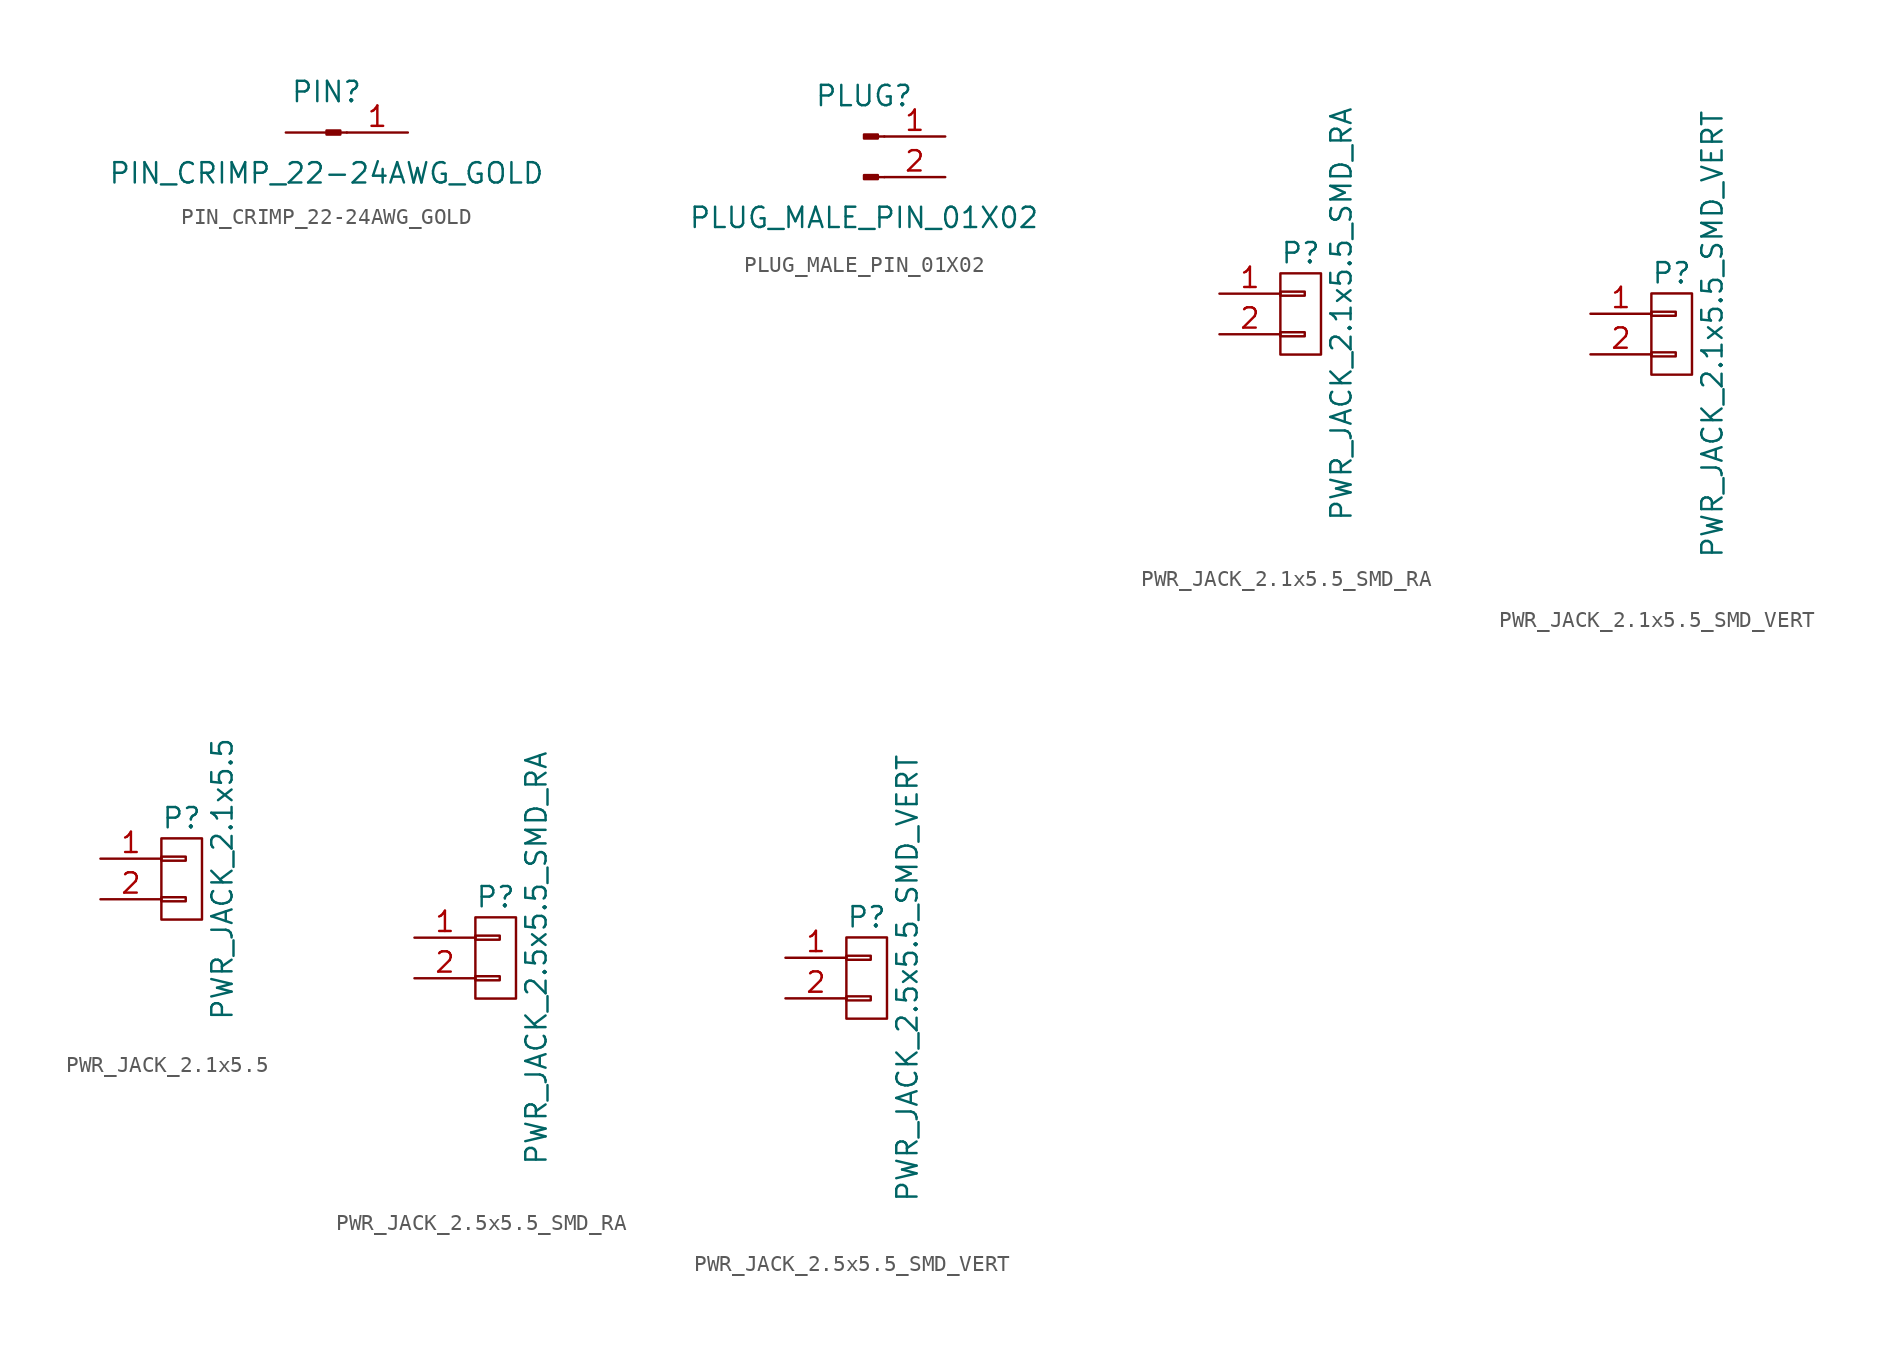
<source format=kicad_sym>
(kicad_symbol_lib
  (version 20211014)
  (generator kicad_symbol_editor)
  (symbol "PIN_CRIMP_22-24AWG_GOLD"
    (pin_names
      (offset 1.016) hide)
    (property "Reference" "PIN"
      (at 0 2.54 0)
      (effects (font (size 1.27 1.27))))
    (property "Value" "PIN_CRIMP_22-24AWG_GOLD"
      (at 0 -2.54 0)
      (effects (font (size 1.27 1.27))))
    (symbol "PIN_CRIMP_22-24AWG_GOLD_1_1"
      (polyline (pts (xy 1.27 0) (xy 0.864 0)) (stroke (width 0.152) (type default) (color 0 0 0 0)) (fill (type none)))
      (rectangle (start 0.864 0.127) (end 0 -0.127) (stroke (width 0.152) (type default) (color 0 0 0 0)) (fill (type outline)))
      (pin passive line (at 5.08 0 180) (length 3.81) (name "Pin_1" (effects (font (size 1.27 1.27)))) (number "1" (effects (font (size 1.27 1.27)))))
      (pin passive line (at -2.54 0 0) (length 2.54) (name "~" (effects (font (size 1.27 1.27)))) (number "~" (effects (font (size 1.27 1.27)))))))
  (symbol "PLUG_MALE_PIN_01X02"
    (pin_names
      (offset 1.016) hide)
    (property "Reference" "PLUG"
      (at 0 2.54 0)
      (effects (font (size 1.27 1.27))))
    (property "Value" "PLUG_MALE_PIN_01X02"
      (at 0 -5.08 0)
      (effects (font (size 1.27 1.27))))
    (symbol "PLUG_MALE_PIN_01X02_1_1"
      (polyline (pts (xy 1.27 -2.54) (xy 0.864 -2.54)) (stroke (width 0.152) (type default) (color 0 0 0 0)) (fill (type none)))
      (polyline (pts (xy 1.27 0) (xy 0.864 0)) (stroke (width 0.152) (type default) (color 0 0 0 0)) (fill (type none)))
      (rectangle (start 0.864 -2.413) (end 0 -2.667) (stroke (width 0.152) (type default) (color 0 0 0 0)) (fill (type outline)))
      (rectangle (start 0.864 0.127) (end 0 -0.127) (stroke (width 0.152) (type default) (color 0 0 0 0)) (fill (type outline)))
      (pin passive line (at 5.08 0 180) (length 3.81) (name "Pin_1" (effects (font (size 1.27 1.27)))) (number "1" (effects (font (size 1.27 1.27)))))
      (pin passive line (at 5.08 -2.54 180) (length 3.81) (name "Pin_2" (effects (font (size 1.27 1.27)))) (number "2" (effects (font (size 1.27 1.27)))))))
  (symbol "PWR_JACK_2.1x5.5_SMD_RA"
    (pin_names
      (offset 1.016) hide)
    (property "Reference" "P"
      (at 0 3.81 0)
      (effects (font (size 1.27 1.27))))
    (property "Value" "PWR_JACK_2.1x5.5_SMD_RA"
      (at 2.54 0 90)
      (effects (font (size 1.27 1.27))))
    (property "Datasheet" ""
      (at 0 3.81 0)
      (effects (font (size 1.524 1.524))))
    (symbol "PWR_JACK_2.1x5.5_SMD_RA_0_1"
      (rectangle (start -1.27 -1.143) (end 0.254 -1.397) (stroke (width 0) (type default) (color 0 0 0 0)) (fill (type none)))
      (rectangle (start -1.27 1.397) (end 0.254 1.143) (stroke (width 0) (type default) (color 0 0 0 0)) (fill (type none)))
      (rectangle (start -1.27 2.54) (end 1.27 -2.54) (stroke (width 0) (type default) (color 0 0 0 0)) (fill (type none))))
    (symbol "PWR_JACK_2.1x5.5_SMD_RA_1_1"
      (pin passive line (at -5.08 1.27 0) (length 3.81) (name "P1" (effects (font (size 1.27 1.27)))) (number "1" (effects (font (size 1.27 1.27)))))
      (pin passive line (at -5.08 -1.27 0) (length 3.81) (name "P2" (effects (font (size 1.27 1.27)))) (number "2" (effects (font (size 1.27 1.27)))))))
  (symbol "PWR_JACK_2.1x5.5_SMD_VERT"
    (pin_names
      (offset 1.016) hide)
    (property "Reference" "P"
      (at 0 3.81 0)
      (effects (font (size 1.27 1.27))))
    (property "Value" "PWR_JACK_2.1x5.5_SMD_VERT"
      (at 2.54 0 90)
      (effects (font (size 1.27 1.27))))
    (property "Datasheet" ""
      (at 0 0 0)
      (effects (font (size 1.524 1.524))))
    (symbol "PWR_JACK_2.1x5.5_SMD_VERT_0_1"
      (rectangle (start -1.27 -1.143) (end 0.254 -1.397) (stroke (width 0) (type default) (color 0 0 0 0)) (fill (type none)))
      (rectangle (start -1.27 1.397) (end 0.254 1.143) (stroke (width 0) (type default) (color 0 0 0 0)) (fill (type none)))
      (rectangle (start -1.27 2.54) (end 1.27 -2.54) (stroke (width 0) (type default) (color 0 0 0 0)) (fill (type none))))
    (symbol "PWR_JACK_2.1x5.5_SMD_VERT_1_1"
      (pin passive line (at -5.08 1.27 0) (length 3.81) (name "P1" (effects (font (size 1.27 1.27)))) (number "1" (effects (font (size 1.27 1.27)))))
      (pin passive line (at -5.08 -1.27 0) (length 3.81) (name "P2" (effects (font (size 1.27 1.27)))) (number "2" (effects (font (size 1.27 1.27)))))))
  (symbol "PWR_JACK_2.1x5.5"
    (pin_names
      (offset 1.016) hide)
    (property "Reference" "P"
      (at 0 3.81 0)
      (effects (font (size 1.27 1.27))))
    (property "Value" "PWR_JACK_2.1x5.5"
      (at 2.54 0 90)
      (effects (font (size 1.27 1.27))))
    (property "Datasheet" ""
      (at 0 0 0)
      (effects (font (size 1.524 1.524))))
    (symbol "PWR_JACK_2.1x5.5_0_1"
      (rectangle (start -1.27 -1.143) (end 0.254 -1.397) (stroke (width 0) (type default) (color 0 0 0 0)) (fill (type none)))
      (rectangle (start -1.27 1.397) (end 0.254 1.143) (stroke (width 0) (type default) (color 0 0 0 0)) (fill (type none)))
      (rectangle (start -1.27 2.54) (end 1.27 -2.54) (stroke (width 0) (type default) (color 0 0 0 0)) (fill (type none))))
    (symbol "PWR_JACK_2.1x5.5_1_1"
      (pin passive line (at -5.08 1.27 0) (length 3.81) (name "P1" (effects (font (size 1.27 1.27)))) (number "1" (effects (font (size 1.27 1.27)))))
      (pin passive line (at -5.08 -1.27 0) (length 3.81) (name "P2" (effects (font (size 1.27 1.27)))) (number "2" (effects (font (size 1.27 1.27)))))))
  (symbol "PWR_JACK_2.5x5.5_SMD_RA"
    (pin_names
      (offset 1.016) hide)
    (property "Reference" "P"
      (at 0 3.81 0)
      (effects (font (size 1.27 1.27))))
    (property "Value" "PWR_JACK_2.5x5.5_SMD_RA"
      (at 2.54 0 90)
      (effects (font (size 1.27 1.27))))
    (property "Datasheet" ""
      (at 0 3.81 0)
      (effects (font (size 1.524 1.524))))
    (symbol "PWR_JACK_2.5x5.5_SMD_RA_0_1"
      (rectangle (start -1.27 -1.143) (end 0.254 -1.397) (stroke (width 0) (type default) (color 0 0 0 0)) (fill (type none)))
      (rectangle (start -1.27 1.397) (end 0.254 1.143) (stroke (width 0) (type default) (color 0 0 0 0)) (fill (type none)))
      (rectangle (start -1.27 2.54) (end 1.27 -2.54) (stroke (width 0) (type default) (color 0 0 0 0)) (fill (type none))))
    (symbol "PWR_JACK_2.5x5.5_SMD_RA_1_1"
      (pin passive line (at -5.08 1.27 0) (length 3.81) (name "P1" (effects (font (size 1.27 1.27)))) (number "1" (effects (font (size 1.27 1.27)))))
      (pin passive line (at -5.08 -1.27 0) (length 3.81) (name "P2" (effects (font (size 1.27 1.27)))) (number "2" (effects (font (size 1.27 1.27)))))))
  (symbol "PWR_JACK_2.5x5.5_SMD_VERT"
    (pin_names
      (offset 1.016) hide)
    (property "Reference" "P"
      (at 0 3.81 0)
      (effects (font (size 1.27 1.27))))
    (property "Value" "PWR_JACK_2.5x5.5_SMD_VERT"
      (at 2.54 0 90)
      (effects (font (size 1.27 1.27))))
    (property "Datasheet" ""
      (at 0 0 0)
      (effects (font (size 1.524 1.524))))
    (symbol "PWR_JACK_2.5x5.5_SMD_VERT_0_1"
      (rectangle (start -1.27 -1.143) (end 0.254 -1.397) (stroke (width 0) (type default) (color 0 0 0 0)) (fill (type none)))
      (rectangle (start -1.27 1.397) (end 0.254 1.143) (stroke (width 0) (type default) (color 0 0 0 0)) (fill (type none)))
      (rectangle (start -1.27 2.54) (end 1.27 -2.54) (stroke (width 0) (type default) (color 0 0 0 0)) (fill (type none))))
    (symbol "PWR_JACK_2.5x5.5_SMD_VERT_1_1"
      (pin passive line (at -5.08 1.27 0) (length 3.81) (name "P1" (effects (font (size 1.27 1.27)))) (number "1" (effects (font (size 1.27 1.27)))))
      (pin passive line (at -5.08 -1.27 0) (length 3.81) (name "P2" (effects (font (size 1.27 1.27)))) (number "2" (effects (font (size 1.27 1.27))))))))
</source>
